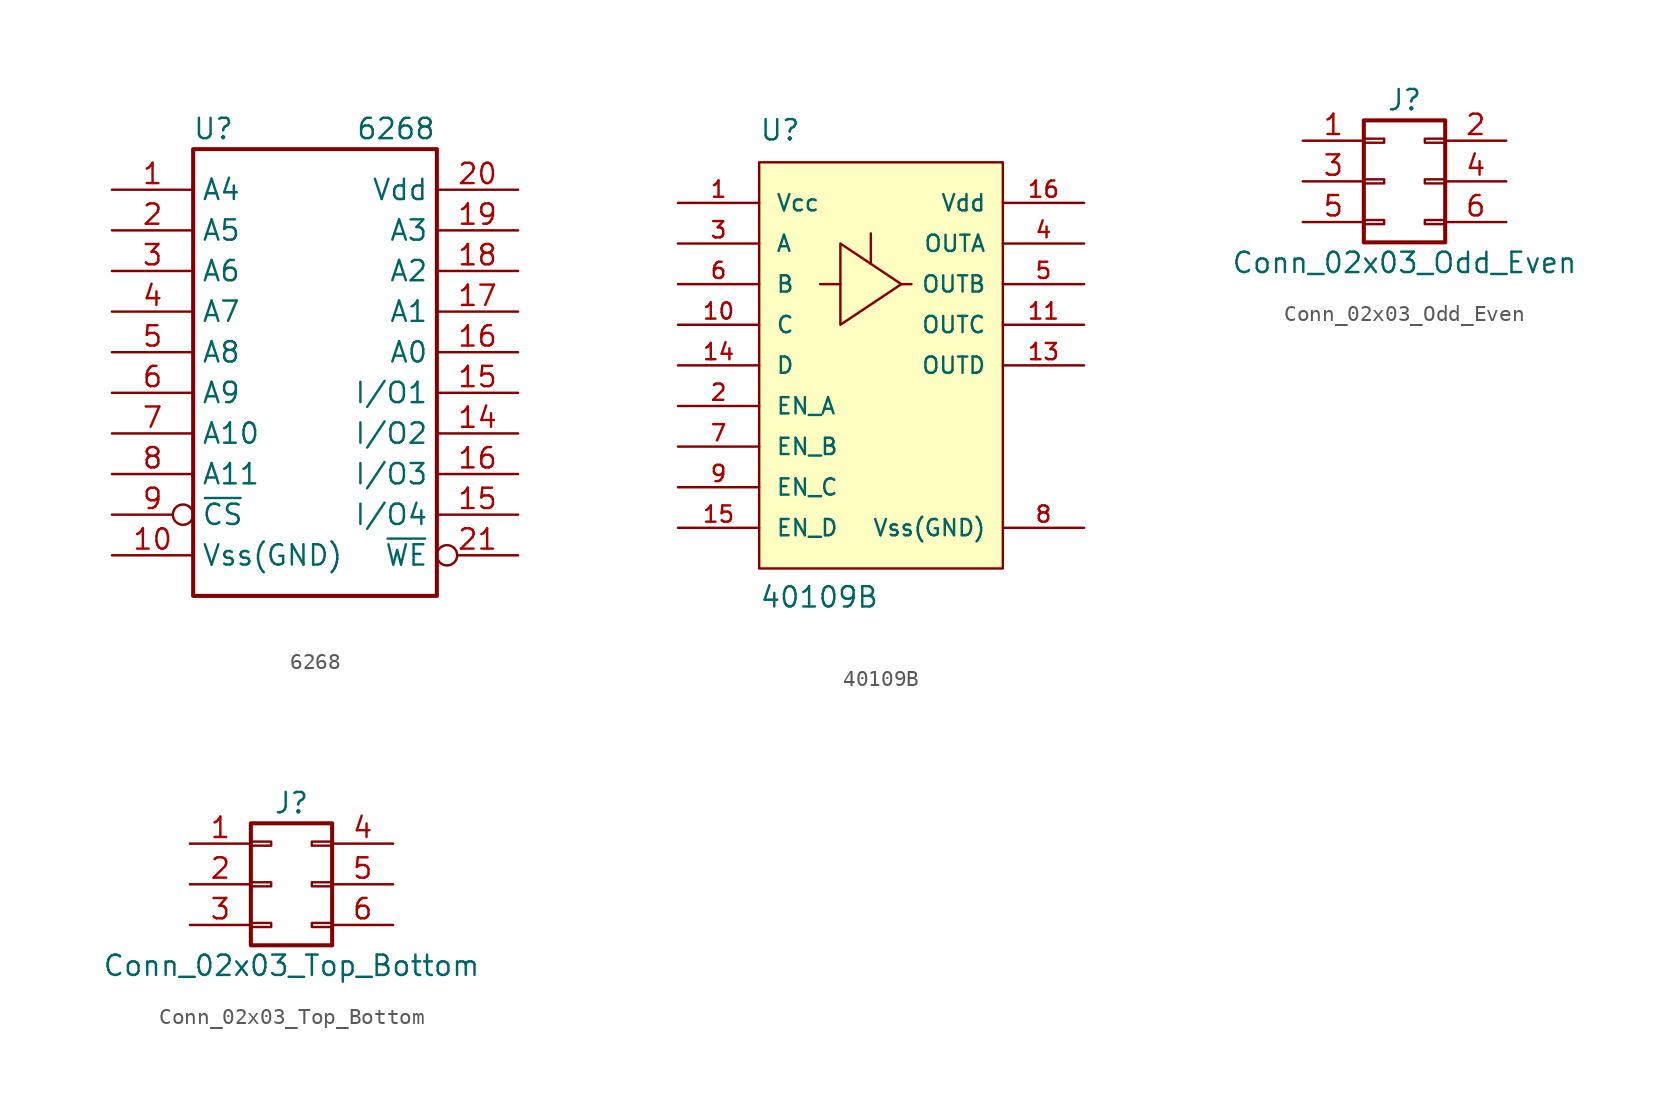
<source format=kicad_sym>
(kicad_symbol_lib
  (version 20231120)
  (generator "kicad_symbol_editor")
  (generator_version "8.0")
  (symbol "6268"
    (property "Reference" "U"
      (at -6.35 13.97 0)
      (effects (font (size 1.27 1.27))))
    (property "Value" "6268"
      (at 2.54 13.97 0)
      (effects (font (size 1.27 1.27)) (justify left)))
    (symbol "6268_1_1"
      (rectangle (start -7.62 12.7) (end 7.62 -15.24) (stroke (width 0.254) (type default)) (fill (type none)))
      (pin input line (at -12.7 10.16 0) (length 5.08) (name "A4" (effects (font (size 1.27 1.27)))) (number "1" (effects (font (size 1.27 1.27)))))
      (pin power_in line (at -12.7 -12.7 0) (length 5.08) (name "Vss(GND)" (effects (font (size 1.27 1.27)))) (number "10" (effects (font (size 1.27 1.27)))))
      (pin tri_state line (at 12.7 -5.08 180) (length 5.08) (name "I/O2" (effects (font (size 1.27 1.27)))) (number "14" (effects (font (size 1.27 1.27)))))
      (pin tri_state line (at 12.7 -2.54 180) (length 5.08) (name "I/O1" (effects (font (size 1.27 1.27)))) (number "15" (effects (font (size 1.27 1.27)))))
      (pin tri_state line (at 12.7 -10.16 180) (length 5.08) (name "I/O4" (effects (font (size 1.27 1.27)))) (number "15" (effects (font (size 1.27 1.27)))))
      (pin input line (at 12.7 0 180) (length 5.08) (name "A0" (effects (font (size 1.27 1.27)))) (number "16" (effects (font (size 1.27 1.27)))))
      (pin tri_state line (at 12.7 -7.62 180) (length 5.08) (name "I/O3" (effects (font (size 1.27 1.27)))) (number "16" (effects (font (size 1.27 1.27)))))
      (pin input line (at 12.7 2.54 180) (length 5.08) (name "A1" (effects (font (size 1.27 1.27)))) (number "17" (effects (font (size 1.27 1.27)))))
      (pin input line (at 12.7 5.08 180) (length 5.08) (name "A2" (effects (font (size 1.27 1.27)))) (number "18" (effects (font (size 1.27 1.27)))))
      (pin input line (at 12.7 7.62 180) (length 5.08) (name "A3" (effects (font (size 1.27 1.27)))) (number "19" (effects (font (size 1.27 1.27)))))
      (pin input line (at -12.7 7.62 0) (length 5.08) (name "A5" (effects (font (size 1.27 1.27)))) (number "2" (effects (font (size 1.27 1.27)))))
      (pin power_in line (at 12.7 10.16 180) (length 5.08) (name "Vdd" (effects (font (size 1.27 1.27)))) (number "20" (effects (font (size 1.27 1.27)))))
      (pin input inverted (at 12.7 -12.7 180) (length 5.08) (name "~{WE}" (effects (font (size 1.27 1.27)))) (number "21" (effects (font (size 1.27 1.27)))))
      (pin input line (at -12.7 5.08 0) (length 5.08) (name "A6" (effects (font (size 1.27 1.27)))) (number "3" (effects (font (size 1.27 1.27)))))
      (pin input line (at -12.7 2.54 0) (length 5.08) (name "A7" (effects (font (size 1.27 1.27)))) (number "4" (effects (font (size 1.27 1.27)))))
      (pin input line (at -12.7 0 0) (length 5.08) (name "A8" (effects (font (size 1.27 1.27)))) (number "5" (effects (font (size 1.27 1.27)))))
      (pin input line (at -12.7 -2.54 0) (length 5.08) (name "A9" (effects (font (size 1.27 1.27)))) (number "6" (effects (font (size 1.27 1.27)))))
      (pin input line (at -12.7 -5.08 0) (length 5.08) (name "A10" (effects (font (size 1.27 1.27)))) (number "7" (effects (font (size 1.27 1.27)))))
      (pin input line (at -12.7 -7.62 0) (length 5.08) (name "A11" (effects (font (size 1.27 1.27)))) (number "8" (effects (font (size 1.27 1.27)))))
      (pin input inverted (at -12.7 -10.16 0) (length 5.08) (name "~{CS}" (effects (font (size 1.27 1.27)))) (number "9" (effects (font (size 1.27 1.27)))))))
  (symbol "40109B"
    (pin_names
      (offset 1.016))
    (property "Reference" "U"
      (at -7.62 13.97 0)
      (effects (font (size 1.27 1.27)) (justify left bottom)))
    (property "Value" "40109B"
      (at -7.62 -15.24 0)
      (effects (font (size 1.27 1.27)) (justify left bottom)))
    (symbol "40109B_0_0"
      (pin input line (at -12.7 -10.16 0) (length 5.08) (name "EN_D" (effects (font (size 1.016 1.016)))) (number "15" (effects (font (size 1.016 1.016)))))
      (pin input line (at -12.7 -2.54 0) (length 5.08) (name "EN_A" (effects (font (size 1.016 1.016)))) (number "2" (effects (font (size 1.016 1.016)))))
      (pin input line (at -12.7 -5.08 0) (length 5.08) (name "EN_B" (effects (font (size 1.016 1.016)))) (number "7" (effects (font (size 1.016 1.016)))))
      (pin input line (at -12.7 -7.62 0) (length 5.08) (name "EN_C" (effects (font (size 1.016 1.016)))) (number "9" (effects (font (size 1.016 1.016))))))
    (symbol "40109B_0_1"
      (polyline (pts (xy -2.54 5.08) (xy -3.81 5.08)) (stroke (width 0) (type default)) (fill (type none)))
      (polyline (pts (xy -0.635 6.35) (xy -0.635 8.255)) (stroke (width 0) (type default)) (fill (type none)))
      (polyline (pts (xy 1.27 5.08) (xy 1.905 5.08)) (stroke (width 0) (type default)) (fill (type none)))
      (polyline (pts (xy -2.54 7.62) (xy -2.54 2.54) (xy 1.27 5.08) (xy -2.54 7.62)) (stroke (width 0) (type default)) (fill (type none))))
    (symbol "40109B_1_0"
      (rectangle (start -7.62 12.7) (end 7.62 -12.7) (stroke (width 0) (type default)) (fill (type background)))
      (pin power_in line (at -12.7 10.16 0) (length 5.08) (name "Vcc" (effects (font (size 1.016 1.016)))) (number "1" (effects (font (size 1.016 1.016)))))
      (pin input line (at -12.7 2.54 0) (length 5.08) (name "C" (effects (font (size 1.016 1.016)))) (number "10" (effects (font (size 1.016 1.016)))))
      (pin output line (at 12.7 2.54 180) (length 5.08) (name "OUTC" (effects (font (size 1.016 1.016)))) (number "11" (effects (font (size 1.016 1.016)))))
      (pin no_connect line (at 12.7 -6.35 180) (length 5.08) hide (name "NC" (effects (font (size 1.016 1.016)))) (number "12" (effects (font (size 1.016 1.016)))))
      (pin output line (at 12.7 0 180) (length 5.08) (name "OUTD" (effects (font (size 1.016 1.016)))) (number "13" (effects (font (size 1.016 1.016)))))
      (pin input line (at -12.7 0 0) (length 5.08) (name "D" (effects (font (size 1.016 1.016)))) (number "14" (effects (font (size 1.016 1.016)))))
      (pin power_in line (at 12.7 10.16 180) (length 5.08) (name "Vdd" (effects (font (size 1.016 1.016)))) (number "16" (effects (font (size 1.016 1.016)))))
      (pin input line (at -12.7 7.62 0) (length 5.08) (name "A" (effects (font (size 1.016 1.016)))) (number "3" (effects (font (size 1.016 1.016)))))
      (pin output line (at 12.7 7.62 180) (length 5.08) (name "OUTA" (effects (font (size 1.016 1.016)))) (number "4" (effects (font (size 1.016 1.016)))))
      (pin output line (at 12.7 5.08 180) (length 5.08) (name "OUTB" (effects (font (size 1.016 1.016)))) (number "5" (effects (font (size 1.016 1.016)))))
      (pin input line (at -12.7 5.08 0) (length 5.08) (name "B" (effects (font (size 1.016 1.016)))) (number "6" (effects (font (size 1.016 1.016)))))
      (pin power_in line (at 12.7 -10.16 180) (length 5.08) (name "Vss(GND)" (effects (font (size 1.016 1.016)))) (number "8" (effects (font (size 1.016 1.016)))))))
  (symbol "Conn_02x03_Odd_Even"
    (pin_names
      (offset 1.016) hide)
    (property "Reference" "J"
      (at 1.27 5.08 0)
      (effects (font (size 1.27 1.27))))
    (property "Value" "Conn_02x03_Odd_Even"
      (at 1.27 -5.08 0)
      (effects (font (size 1.27 1.27))))
    (symbol "Conn_02x03_Odd_Even_1_1"
      (rectangle (start -1.27 -2.413) (end 0 -2.667) (stroke (width 0.152) (type default)) (fill (type none)))
      (rectangle (start -1.27 0.127) (end 0 -0.127) (stroke (width 0.152) (type default)) (fill (type none)))
      (rectangle (start -1.27 2.667) (end 0 2.413) (stroke (width 0.152) (type default)) (fill (type none)))
      (rectangle (start -1.27 3.81) (end 3.81 -3.81) (stroke (width 0.254) (type default)) (fill (type none)))
      (rectangle (start 3.81 -2.413) (end 2.54 -2.667) (stroke (width 0.152) (type default)) (fill (type none)))
      (rectangle (start 3.81 0.127) (end 2.54 -0.127) (stroke (width 0.152) (type default)) (fill (type none)))
      (rectangle (start 3.81 2.667) (end 2.54 2.413) (stroke (width 0.152) (type default)) (fill (type none)))
      (pin passive line (at -5.08 2.54 0) (length 3.81) (name "Pin_1" (effects (font (size 1.27 1.27)))) (number "1" (effects (font (size 1.27 1.27)))))
      (pin passive line (at 7.62 2.54 180) (length 3.81) (name "Pin_2" (effects (font (size 1.27 1.27)))) (number "2" (effects (font (size 1.27 1.27)))))
      (pin passive line (at -5.08 0 0) (length 3.81) (name "Pin_3" (effects (font (size 1.27 1.27)))) (number "3" (effects (font (size 1.27 1.27)))))
      (pin passive line (at 7.62 0 180) (length 3.81) (name "Pin_4" (effects (font (size 1.27 1.27)))) (number "4" (effects (font (size 1.27 1.27)))))
      (pin passive line (at -5.08 -2.54 0) (length 3.81) (name "Pin_5" (effects (font (size 1.27 1.27)))) (number "5" (effects (font (size 1.27 1.27)))))
      (pin passive line (at 7.62 -2.54 180) (length 3.81) (name "Pin_6" (effects (font (size 1.27 1.27)))) (number "6" (effects (font (size 1.27 1.27)))))))
  (symbol "Conn_02x03_Top_Bottom"
    (pin_names
      (offset 1.016) hide)
    (property "Reference" "J"
      (at 1.27 5.08 0)
      (effects (font (size 1.27 1.27))))
    (property "Value" "Conn_02x03_Top_Bottom"
      (at 1.27 -5.08 0)
      (effects (font (size 1.27 1.27))))
    (symbol "Conn_02x03_Top_Bottom_1_1"
      (rectangle (start -1.27 -2.413) (end 0 -2.667) (stroke (width 0.152) (type default)) (fill (type none)))
      (rectangle (start -1.27 0.127) (end 0 -0.127) (stroke (width 0.152) (type default)) (fill (type none)))
      (rectangle (start -1.27 2.667) (end 0 2.413) (stroke (width 0.152) (type default)) (fill (type none)))
      (rectangle (start -1.27 3.81) (end 3.81 -3.81) (stroke (width 0.254) (type default)) (fill (type none)))
      (rectangle (start 3.81 -2.413) (end 2.54 -2.667) (stroke (width 0.152) (type default)) (fill (type none)))
      (rectangle (start 3.81 0.127) (end 2.54 -0.127) (stroke (width 0.152) (type default)) (fill (type none)))
      (rectangle (start 3.81 2.667) (end 2.54 2.413) (stroke (width 0.152) (type default)) (fill (type none)))
      (pin passive line (at -5.08 2.54 0) (length 3.81) (name "Pin_1" (effects (font (size 1.27 1.27)))) (number "1" (effects (font (size 1.27 1.27)))))
      (pin passive line (at -5.08 0 0) (length 3.81) (name "Pin_2" (effects (font (size 1.27 1.27)))) (number "2" (effects (font (size 1.27 1.27)))))
      (pin passive line (at -5.08 -2.54 0) (length 3.81) (name "Pin_3" (effects (font (size 1.27 1.27)))) (number "3" (effects (font (size 1.27 1.27)))))
      (pin passive line (at 7.62 2.54 180) (length 3.81) (name "Pin_4" (effects (font (size 1.27 1.27)))) (number "4" (effects (font (size 1.27 1.27)))))
      (pin passive line (at 7.62 0 180) (length 3.81) (name "Pin_5" (effects (font (size 1.27 1.27)))) (number "5" (effects (font (size 1.27 1.27)))))
      (pin passive line (at 7.62 -2.54 180) (length 3.81) (name "Pin_6" (effects (font (size 1.27 1.27)))) (number "6" (effects (font (size 1.27 1.27))))))))
</source>
